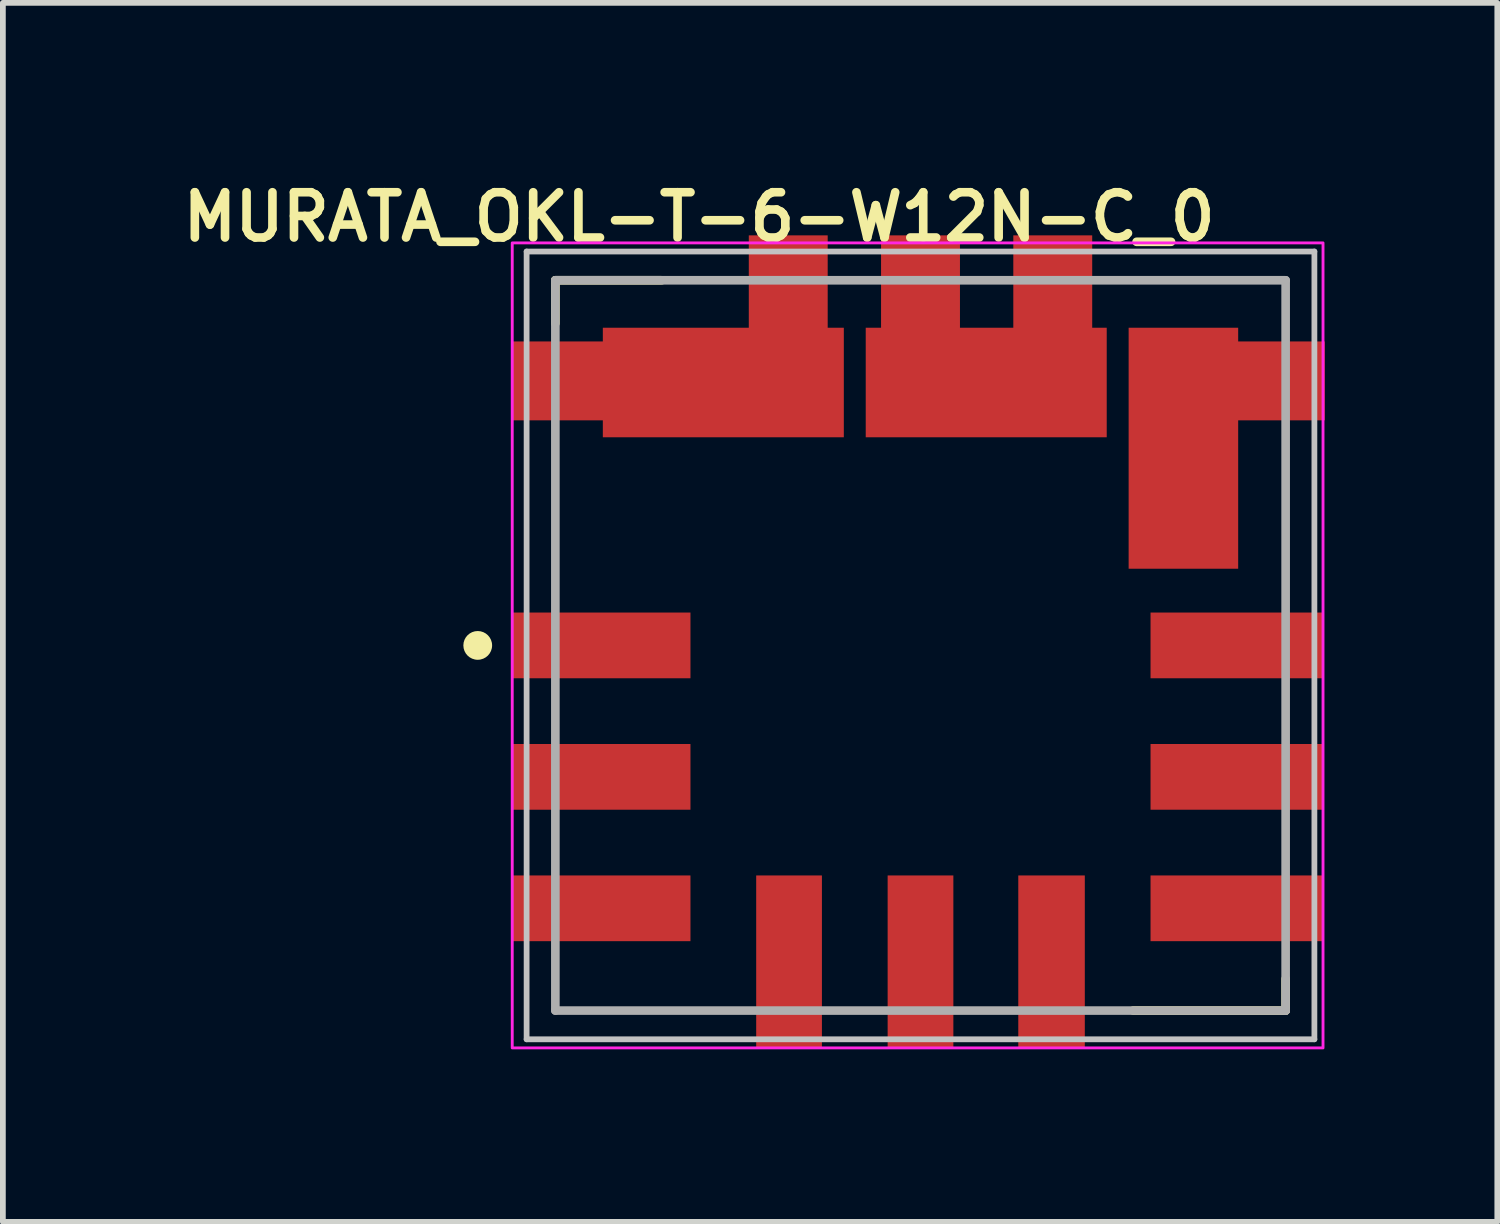
<source format=kicad_pcb>
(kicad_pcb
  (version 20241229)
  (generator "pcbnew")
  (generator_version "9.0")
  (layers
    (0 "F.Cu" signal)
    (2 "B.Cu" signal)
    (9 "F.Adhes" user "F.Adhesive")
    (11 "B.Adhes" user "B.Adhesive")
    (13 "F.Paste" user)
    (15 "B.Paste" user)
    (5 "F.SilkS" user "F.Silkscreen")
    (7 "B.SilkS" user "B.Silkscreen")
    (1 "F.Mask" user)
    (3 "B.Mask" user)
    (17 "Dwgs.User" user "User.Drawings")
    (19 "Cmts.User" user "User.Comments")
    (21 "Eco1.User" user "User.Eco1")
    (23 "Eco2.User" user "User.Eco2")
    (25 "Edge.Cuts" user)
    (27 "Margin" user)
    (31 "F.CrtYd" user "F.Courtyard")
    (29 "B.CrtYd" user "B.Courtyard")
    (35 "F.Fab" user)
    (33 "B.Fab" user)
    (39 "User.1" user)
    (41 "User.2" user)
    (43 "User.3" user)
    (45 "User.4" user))
  (footprint "MURATA_OKL-T-6-W12N-C_0"
    (layer "F.Cu")
    (at 12.958 8.174)
    (property "Reference" "MURATA_OKL-T-6-W12N-C_0" (at -3.85 -7.45 0) (layer "F.SilkS") (effects (font (size 0.787 0.787) (thickness 0.15))))
    (attr smd)
    (fp_line (start -6.35 -6.35) (end -4.5 -6.35) (stroke (width 0.15) (type solid)) (layer "F.SilkS"))
    (fp_line (start -6.35 -5.6) (end -6.35 -6.35) (stroke (width 0.15) (type solid)) (layer "F.SilkS"))
    (fp_line (start 3.7 6.35) (end 6.35 6.35) (stroke (width 0.15) (type solid)) (layer "F.SilkS"))
    (fp_line (start 6.35 6.35) (end 6.35 5.8) (stroke (width 0.15) (type solid)) (layer "F.SilkS"))
    (fp_circle (center -7.7 0) (end -7.45 0) (stroke (width 0) (type solid)) (fill yes) (layer "F.SilkS"))
    (fp_line (start -6.85 -6.85) (end 6.85 -6.85) (stroke (width 0.1) (type solid)) (layer "Dwgs.User"))
    (fp_line (start -6.85 6.85) (end -6.85 -6.85) (stroke (width 0.1) (type solid)) (layer "Dwgs.User"))
    (fp_line (start 6.85 -6.85) (end 6.85 6.85) (stroke (width 0.1) (type solid)) (layer "Dwgs.User"))
    (fp_line (start 6.85 6.85) (end -6.85 6.85) (stroke (width 0.1) (type solid)) (layer "Dwgs.User"))
    (fp_rect (start -7.1 -7) (end 7 7) (stroke (width 0.05) (type default)) (fill no) (layer "F.CrtYd"))
    (fp_line (start -6.35 -6.35) (end 6.35 -6.35) (stroke (width 0.15) (type solid)) (layer "F.Fab"))
    (fp_line (start -6.35 6.35) (end -6.35 -6.35) (stroke (width 0.15) (type solid)) (layer "F.Fab"))
    (fp_line (start 6.35 -6.35) (end 6.35 6.35) (stroke (width 0.15) (type solid)) (layer "F.Fab"))
    (fp_line (start 6.35 6.35) (end -6.35 6.35) (stroke (width 0.15) (type solid)) (layer "F.Fab"))
    (pad "1" smd rect (at -5.55 0) (size 3.099 1.143) (layers "F.Cu" "F.Mask" "F.Paste"))
    (pad "2" smd rect (at -5.569 -4.6) (size 3.062 1.372) (layers "F.Cu" "F.Mask" "F.Paste"))
    (pad "2" smd rect (at -3.429 -4.572) (size 4.191 1.905) (layers "F.Cu" "F.Mask" "F.Paste"))
    (pad "2" smd rect (at -2.3 -5.6 90) (size 3.062 1.372) (layers "F.Cu" "F.Mask" "F.Paste"))
    (pad "3" smd rect (at 0 -5.6 90) (size 3.062 1.372) (layers "F.Cu" "F.Mask" "F.Paste"))
    (pad "3" smd rect (at 1.143 -4.572) (size 4.191 1.905) (layers "F.Cu" "F.Mask" "F.Paste"))
    (pad "3" smd rect (at 2.3 -5.6 90) (size 3.062 1.372) (layers "F.Cu" "F.Mask" "F.Paste"))
    (pad "4" smd rect (at 4.572 -3.429) (size 1.905 4.191) (layers "F.Cu" "F.Mask" "F.Paste"))
    (pad "4" smd rect (at 5.5 -4.6) (size 3.062 1.372) (layers "F.Cu" "F.Mask" "F.Paste"))
    (pad "5" smd rect (at 5.5 0) (size 2.999 1.143) (layers "F.Cu" "F.Mask" "F.Paste"))
    (pad "6" smd rect (at 5.5 4.572) (size 2.999 1.143) (layers "F.Cu" "F.Mask" "F.Paste"))
    (pad "7" smd rect (at 0 5.5) (size 1.143 2.999) (layers "F.Cu" "F.Mask" "F.Paste"))
    (pad "8" smd rect (at -2.286 5.5) (size 1.143 2.999) (layers "F.Cu" "F.Mask" "F.Paste"))
    (pad "9" smd rect (at -5.55 4.572) (size 3.099 1.143) (layers "F.Cu" "F.Mask" "F.Paste"))
    (pad "10" smd rect (at -5.55 2.286) (size 3.099 1.143) (layers "F.Cu" "F.Mask" "F.Paste"))
    (pad "11" smd rect (at 5.5 2.286) (size 2.999 1.143) (layers "F.Cu" "F.Mask" "F.Paste"))
    (pad "12" smd rect (at 2.279 5.5) (size 1.157 2.999) (layers "F.Cu" "F.Mask" "F.Paste")))
  (gr_rect
    (start -3 -3)
    (end 22.989 18.199)
    (stroke (width 0.1) (type default))
    (fill no)
    (layer "Edge.Cuts")))
</source>
